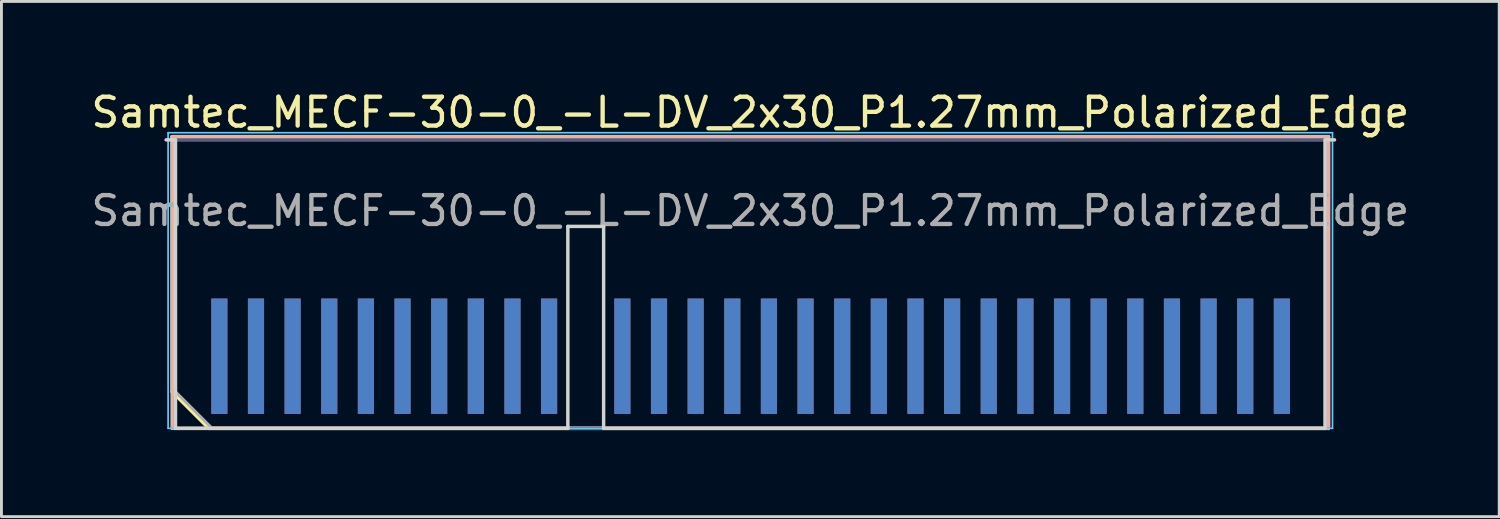
<source format=kicad_pcb>
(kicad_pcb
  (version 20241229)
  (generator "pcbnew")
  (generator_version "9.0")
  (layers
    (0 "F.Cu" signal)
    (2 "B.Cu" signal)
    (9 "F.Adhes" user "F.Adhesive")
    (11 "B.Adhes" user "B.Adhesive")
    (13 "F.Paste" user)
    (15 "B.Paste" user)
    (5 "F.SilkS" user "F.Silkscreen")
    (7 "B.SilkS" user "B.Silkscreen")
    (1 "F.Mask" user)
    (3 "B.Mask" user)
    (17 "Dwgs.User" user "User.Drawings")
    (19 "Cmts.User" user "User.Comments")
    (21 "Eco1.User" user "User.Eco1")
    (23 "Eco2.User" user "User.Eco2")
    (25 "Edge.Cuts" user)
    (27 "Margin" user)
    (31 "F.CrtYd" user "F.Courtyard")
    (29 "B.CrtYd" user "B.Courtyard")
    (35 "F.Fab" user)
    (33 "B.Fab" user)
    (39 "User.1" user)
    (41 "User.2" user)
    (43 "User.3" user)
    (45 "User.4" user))
  (footprint "Samtec_MECF-30-0_-L-DV_2x30_P1.27mm_Polarized_Edge"
    (layer "F.Cu")
    (at 22.958 6.798)
    (property "Reference" "Samtec_MECF-30-0_-L-DV_2x30_P1.27mm_Polarized_Edge" (at 0 -5.95 0) (layer "F.SilkS") (effects (font (size 1 1) (thickness 0.15))))
    (attr exclude_from_pos_files exclude_from_bom)
    (fp_line (start -20.04 -5.11) (end 20.04 -5.11) (stroke (width 0.12) (type solid)) (layer "F.SilkS"))
    (fp_line (start -20.04 3.73) (end -20.04 -5.11) (stroke (width 0.12) (type solid)) (layer "F.SilkS"))
    (fp_line (start -18.77 5) (end -20.04 3.73) (stroke (width 0.12) (type solid)) (layer "F.SilkS"))
    (fp_line (start -18.77 5) (end 20.04 5) (stroke (width 0.12) (type solid)) (layer "F.SilkS"))
    (fp_line (start 20.04 5) (end 20.04 -5.11) (stroke (width 0.12) (type solid)) (layer "F.SilkS"))
    (fp_line (start -20.04 -5.11) (end 20.04 -5.11) (stroke (width 0.12) (type solid)) (layer "B.SilkS"))
    (fp_line (start -20.04 5) (end -20.04 -5.11) (stroke (width 0.12) (type solid)) (layer "B.SilkS"))
    (fp_line (start -20.04 5) (end 20.04 5) (stroke (width 0.12) (type solid)) (layer "B.SilkS"))
    (fp_line (start 20.04 5) (end 20.04 -5.11) (stroke (width 0.12) (type solid)) (layer "B.SilkS"))
    (fp_line (start -20.25 -5) (end -19.925 -5) (stroke (width 0.12) (type solid)) (layer "Edge.Cuts"))
    (fp_line (start -19.925 5) (end -19.925 -5) (stroke (width 0.12) (type solid)) (layer "Edge.Cuts"))
    (fp_line (start -19.925 5) (end -6.325 5) (stroke (width 0.12) (type solid)) (layer "Edge.Cuts"))
    (fp_line (start -6.325 -2) (end -5.085 -2) (stroke (width 0.12) (type solid)) (layer "Edge.Cuts"))
    (fp_line (start -6.325 5) (end -6.325 -2) (stroke (width 0.12) (type solid)) (layer "Edge.Cuts"))
    (fp_line (start -5.085 5) (end -5.085 -2) (stroke (width 0.12) (type solid)) (layer "Edge.Cuts"))
    (fp_line (start -5.085 5) (end 19.925 5) (stroke (width 0.12) (type solid)) (layer "Edge.Cuts"))
    (fp_line (start 19.925 5) (end 19.925 -5) (stroke (width 0.12) (type solid)) (layer "Edge.Cuts"))
    (fp_line (start 20.25 -5) (end 19.925 -5) (stroke (width 0.12) (type solid)) (layer "Edge.Cuts"))
    (fp_line (start -20.18 -5.25) (end -20.18 5) (stroke (width 0.05) (type solid)) (layer "B.CrtYd"))
    (fp_line (start -20.18 5) (end 20.18 5) (stroke (width 0.05) (type solid)) (layer "B.CrtYd"))
    (fp_line (start 20.18 -5.25) (end -20.18 -5.25) (stroke (width 0.05) (type solid)) (layer "B.CrtYd"))
    (fp_line (start 20.18 5) (end 20.18 -5.25) (stroke (width 0.05) (type solid)) (layer "B.CrtYd"))
    (fp_line (start -20.18 -5.25) (end -20.18 5) (stroke (width 0.05) (type solid)) (layer "F.CrtYd"))
    (fp_line (start -20.18 5) (end 20.18 5) (stroke (width 0.05) (type solid)) (layer "F.CrtYd"))
    (fp_line (start 20.18 -5.25) (end -20.18 -5.25) (stroke (width 0.05) (type solid)) (layer "F.CrtYd"))
    (fp_line (start 20.18 5) (end 20.18 -5.25) (stroke (width 0.05) (type solid)) (layer "F.CrtYd"))
    (fp_line (start -19.925 -5) (end 19.925 -5) (stroke (width 0.1) (type solid)) (layer "B.Fab"))
    (fp_line (start -19.925 5) (end -19.925 -5) (stroke (width 0.1) (type solid)) (layer "B.Fab"))
    (fp_line (start -19.925 5) (end 19.925 5) (stroke (width 0.1) (type solid)) (layer "B.Fab"))
    (fp_line (start 19.925 5) (end 19.925 -5) (stroke (width 0.1) (type solid)) (layer "B.Fab"))
    (fp_line (start -19.925 -5) (end 19.925 -5) (stroke (width 0.1) (type solid)) (layer "F.Fab"))
    (fp_line (start -19.925 3.73) (end -19.925 -5) (stroke (width 0.1) (type solid)) (layer "F.Fab"))
    (fp_line (start -19.925 3.73) (end -18.655 5) (stroke (width 0.1) (type solid)) (layer "F.Fab"))
    (fp_line (start -18.655 5) (end 19.925 5) (stroke (width 0.1) (type solid)) (layer "F.Fab"))
    (fp_line (start 19.925 5) (end 19.925 -5) (stroke (width 0.1) (type solid)) (layer "F.Fab"))
    (fp_text user "${REFERENCE}" (at 0 -2.54 0) (layer "F.Fab") (effects (font (size 1 1) (thickness 0.15))))
    (pad "1" connect rect (at -18.405 2.5) (size 0.56 4) (layers "F.Cu" "F.Mask"))
    (pad "2" connect rect (at -18.405 2.5) (size 0.56 4) (layers "B.Cu" "B.Mask"))
    (pad "3" connect rect (at -17.135 2.5) (size 0.56 4) (layers "F.Cu" "F.Mask"))
    (pad "4" connect rect (at -17.135 2.5) (size 0.56 4) (layers "B.Cu" "B.Mask"))
    (pad "5" connect rect (at -15.865 2.5) (size 0.56 4) (layers "F.Cu" "F.Mask"))
    (pad "6" connect rect (at -15.865 2.5) (size 0.56 4) (layers "B.Cu" "B.Mask"))
    (pad "7" connect rect (at -14.595 2.5) (size 0.56 4) (layers "F.Cu" "F.Mask"))
    (pad "8" connect rect (at -14.595 2.5) (size 0.56 4) (layers "B.Cu" "B.Mask"))
    (pad "9" connect rect (at -13.325 2.5) (size 0.56 4) (layers "F.Cu" "F.Mask"))
    (pad "10" connect rect (at -13.325 2.5) (size 0.56 4) (layers "B.Cu" "B.Mask"))
    (pad "11" connect rect (at -12.055 2.5) (size 0.56 4) (layers "F.Cu" "F.Mask"))
    (pad "12" connect rect (at -12.055 2.5) (size 0.56 4) (layers "B.Cu" "B.Mask"))
    (pad "13" connect rect (at -10.785 2.5) (size 0.56 4) (layers "F.Cu" "F.Mask"))
    (pad "14" connect rect (at -10.785 2.5) (size 0.56 4) (layers "B.Cu" "B.Mask"))
    (pad "15" connect rect (at -9.515 2.5) (size 0.56 4) (layers "F.Cu" "F.Mask"))
    (pad "16" connect rect (at -9.515 2.5) (size 0.56 4) (layers "B.Cu" "B.Mask"))
    (pad "17" connect rect (at -8.245 2.5) (size 0.56 4) (layers "F.Cu" "F.Mask"))
    (pad "18" connect rect (at -8.245 2.5) (size 0.56 4) (layers "B.Cu" "B.Mask"))
    (pad "19" connect rect (at -6.975 2.5) (size 0.56 4) (layers "F.Cu" "F.Mask"))
    (pad "20" connect rect (at -6.975 2.5) (size 0.56 4) (layers "B.Cu" "B.Mask"))
    (pad "23" connect rect (at -4.435 2.5) (size 0.56 4) (layers "F.Cu" "F.Mask"))
    (pad "24" connect rect (at -4.435 2.5) (size 0.56 4) (layers "B.Cu" "B.Mask"))
    (pad "25" connect rect (at -3.165 2.5) (size 0.56 4) (layers "F.Cu" "F.Mask"))
    (pad "26" connect rect (at -3.165 2.5) (size 0.56 4) (layers "B.Cu" "B.Mask"))
    (pad "27" connect rect (at -1.895 2.5) (size 0.56 4) (layers "F.Cu" "F.Mask"))
    (pad "28" connect rect (at -1.895 2.5) (size 0.56 4) (layers "B.Cu" "B.Mask"))
    (pad "29" connect rect (at -0.625 2.5) (size 0.56 4) (layers "F.Cu" "F.Mask"))
    (pad "30" connect rect (at -0.625 2.5) (size 0.56 4) (layers "B.Cu" "B.Mask"))
    (pad "31" connect rect (at 0.645 2.5) (size 0.56 4) (layers "F.Cu" "F.Mask"))
    (pad "32" connect rect (at 0.645 2.5) (size 0.56 4) (layers "B.Cu" "B.Mask"))
    (pad "33" connect rect (at 1.915 2.5) (size 0.56 4) (layers "F.Cu" "F.Mask"))
    (pad "34" connect rect (at 1.915 2.5) (size 0.56 4) (layers "B.Cu" "B.Mask"))
    (pad "35" connect rect (at 3.185 2.5) (size 0.56 4) (layers "F.Cu" "F.Mask"))
    (pad "36" connect rect (at 3.185 2.5) (size 0.56 4) (layers "B.Cu" "B.Mask"))
    (pad "37" connect rect (at 4.455 2.5) (size 0.56 4) (layers "F.Cu" "F.Mask"))
    (pad "38" connect rect (at 4.455 2.5) (size 0.56 4) (layers "B.Cu" "B.Mask"))
    (pad "39" connect rect (at 5.725 2.5) (size 0.56 4) (layers "F.Cu" "F.Mask"))
    (pad "40" connect rect (at 5.725 2.5) (size 0.56 4) (layers "B.Cu" "B.Mask"))
    (pad "41" connect rect (at 6.995 2.5) (size 0.56 4) (layers "F.Cu" "F.Mask"))
    (pad "42" connect rect (at 6.995 2.5) (size 0.56 4) (layers "B.Cu" "B.Mask"))
    (pad "43" connect rect (at 8.265 2.5) (size 0.56 4) (layers "F.Cu" "F.Mask"))
    (pad "44" connect rect (at 8.265 2.5) (size 0.56 4) (layers "B.Cu" "B.Mask"))
    (pad "45" connect rect (at 9.535 2.5) (size 0.56 4) (layers "F.Cu" "F.Mask"))
    (pad "46" connect rect (at 9.535 2.5) (size 0.56 4) (layers "B.Cu" "B.Mask"))
    (pad "47" connect rect (at 10.805 2.5) (size 0.56 4) (layers "F.Cu" "F.Mask"))
    (pad "48" connect rect (at 10.805 2.5) (size 0.56 4) (layers "B.Cu" "B.Mask"))
    (pad "49" connect rect (at 12.075 2.5) (size 0.56 4) (layers "F.Cu" "F.Mask"))
    (pad "50" connect rect (at 12.075 2.5) (size 0.56 4) (layers "B.Cu" "B.Mask"))
    (pad "51" connect rect (at 13.345 2.5) (size 0.56 4) (layers "F.Cu" "F.Mask"))
    (pad "52" connect rect (at 13.345 2.5) (size 0.56 4) (layers "B.Cu" "B.Mask"))
    (pad "53" connect rect (at 14.615 2.5) (size 0.56 4) (layers "F.Cu" "F.Mask"))
    (pad "54" connect rect (at 14.615 2.5) (size 0.56 4) (layers "B.Cu" "B.Mask"))
    (pad "55" connect rect (at 15.885 2.5) (size 0.56 4) (layers "F.Cu" "F.Mask"))
    (pad "56" connect rect (at 15.885 2.5) (size 0.56 4) (layers "B.Cu" "B.Mask"))
    (pad "57" connect rect (at 17.155 2.5) (size 0.56 4) (layers "F.Cu" "F.Mask"))
    (pad "58" connect rect (at 17.155 2.5) (size 0.56 4) (layers "B.Cu" "B.Mask"))
    (pad "59" connect rect (at 18.425 2.5) (size 0.56 4) (layers "F.Cu" "F.Mask"))
    (pad "60" connect rect (at 18.425 2.5) (size 0.56 4) (layers "B.Cu" "B.Mask")))
  (gr_rect
    (start -3 -3)
    (end 48.917 14.858)
    (stroke (width 0.1) (type default))
    (fill no)
    (layer "Edge.Cuts")))
</source>
